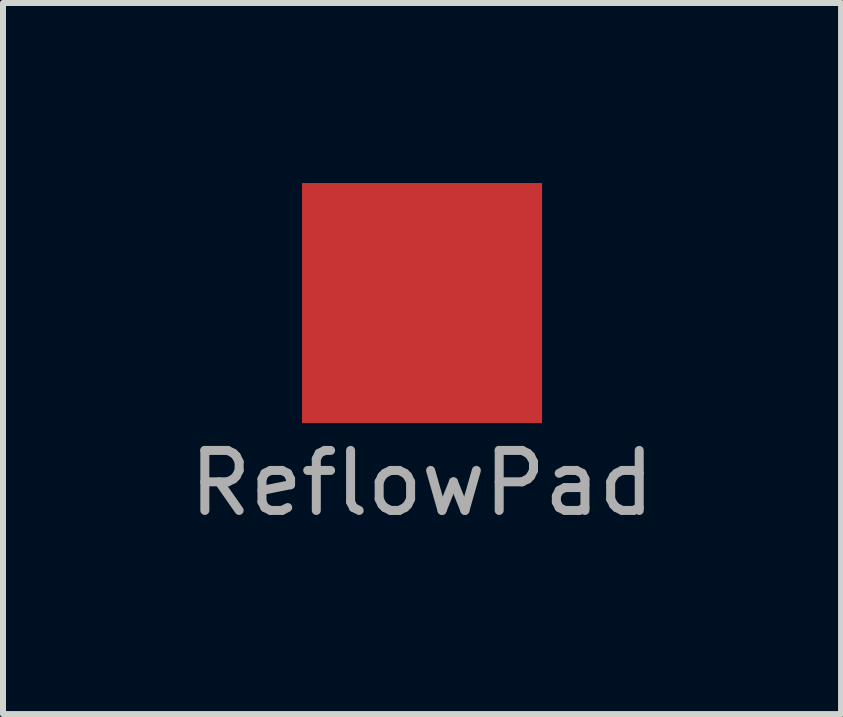
<source format=kicad_pcb>
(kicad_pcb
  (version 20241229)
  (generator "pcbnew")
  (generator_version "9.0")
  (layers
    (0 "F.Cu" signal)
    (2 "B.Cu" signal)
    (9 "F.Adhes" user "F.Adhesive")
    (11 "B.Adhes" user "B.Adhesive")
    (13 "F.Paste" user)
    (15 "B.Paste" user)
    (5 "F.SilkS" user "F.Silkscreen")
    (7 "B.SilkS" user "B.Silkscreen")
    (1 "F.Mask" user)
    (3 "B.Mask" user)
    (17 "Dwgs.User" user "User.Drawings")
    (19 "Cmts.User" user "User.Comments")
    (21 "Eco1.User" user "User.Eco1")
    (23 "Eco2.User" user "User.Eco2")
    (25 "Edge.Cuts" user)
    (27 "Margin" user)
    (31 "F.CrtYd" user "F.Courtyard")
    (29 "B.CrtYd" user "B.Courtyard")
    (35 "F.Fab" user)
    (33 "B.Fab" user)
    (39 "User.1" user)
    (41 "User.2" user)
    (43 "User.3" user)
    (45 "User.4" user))
  (footprint "ReflowPad"
    (layer "F.Cu")
    (at 3.982 2)
    (property "Reference" "ReflowPad" (at 0 3 0) (layer "F.Fab") (effects (font (size 1 1) (thickness 0.15))))
    (attr through_hole)
    (pad "1" smd rect (at 0 0) (size 4 4) (layers "F.Cu" "F.Mask" "F.Paste")))
  (gr_rect
    (start -3 -3)
    (end 10.964 8.848)
    (stroke (width 0.1) (type default))
    (fill no)
    (layer "Edge.Cuts")))
</source>
